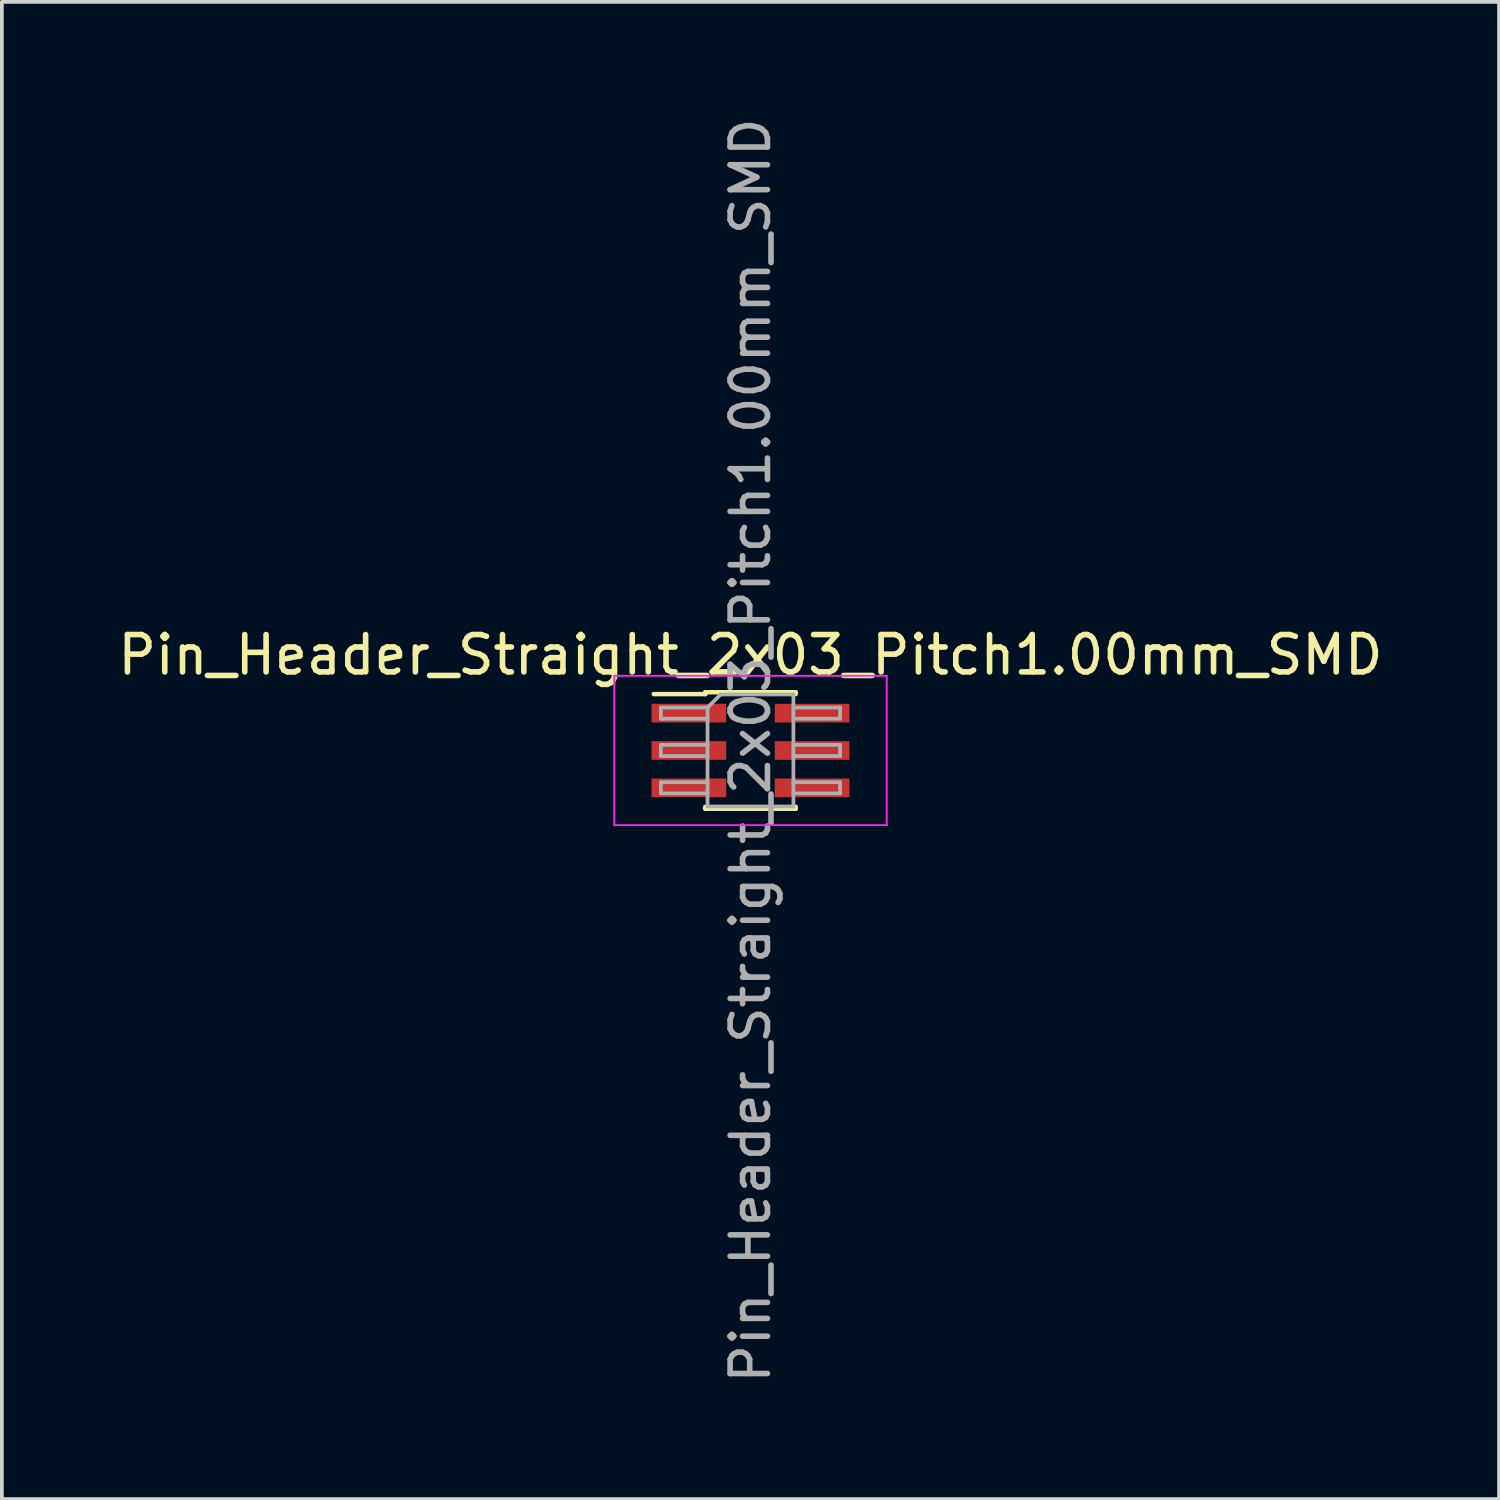
<source format=kicad_pcb>
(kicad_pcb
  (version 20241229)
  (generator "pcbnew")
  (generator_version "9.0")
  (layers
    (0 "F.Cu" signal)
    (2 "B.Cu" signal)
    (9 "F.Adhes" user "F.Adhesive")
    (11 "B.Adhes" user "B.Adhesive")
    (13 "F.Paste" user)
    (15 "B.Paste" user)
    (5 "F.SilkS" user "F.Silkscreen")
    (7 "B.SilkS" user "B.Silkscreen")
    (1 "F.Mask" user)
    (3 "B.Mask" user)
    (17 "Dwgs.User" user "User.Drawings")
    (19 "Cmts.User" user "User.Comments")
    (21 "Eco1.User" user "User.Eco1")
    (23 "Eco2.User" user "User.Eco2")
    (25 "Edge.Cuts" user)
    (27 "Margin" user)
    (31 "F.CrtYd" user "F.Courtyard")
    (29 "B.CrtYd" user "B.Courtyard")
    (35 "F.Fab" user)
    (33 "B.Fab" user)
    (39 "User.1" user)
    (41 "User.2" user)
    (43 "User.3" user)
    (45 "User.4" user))
  (footprint "Pin_Header_Straight_2x03_Pitch1.00mm_SMD"
    (layer "F.Cu")
    (at 17.054 17.054)
    (property "Reference" "Pin_Header_Straight_2x03_Pitch1.00mm_SMD" (at 0 -2.56 0) (layer "F.SilkS") (effects (font (size 1 1) (thickness 0.15))))
    (attr smd)
    (fp_line (start -2.59 -1.51) (end -1.21 -1.51) (stroke (width 0.12) (type solid)) (layer "F.SilkS"))
    (fp_line (start -1.21 -1.56) (end -1.21 -1.51) (stroke (width 0.12) (type solid)) (layer "F.SilkS"))
    (fp_line (start -1.21 -1.56) (end 1.21 -1.56) (stroke (width 0.12) (type solid)) (layer "F.SilkS"))
    (fp_line (start -1.21 1.51) (end -1.21 1.56) (stroke (width 0.12) (type solid)) (layer "F.SilkS"))
    (fp_line (start -1.21 1.56) (end 1.21 1.56) (stroke (width 0.12) (type solid)) (layer "F.SilkS"))
    (fp_line (start 1.21 -1.56) (end 1.21 -1.51) (stroke (width 0.12) (type solid)) (layer "F.SilkS"))
    (fp_line (start 1.21 1.51) (end 1.21 1.56) (stroke (width 0.12) (type solid)) (layer "F.SilkS"))
    (fp_line (start -3.65 -2) (end -3.65 2) (stroke (width 0.05) (type solid)) (layer "F.CrtYd"))
    (fp_line (start -3.65 2) (end 3.65 2) (stroke (width 0.05) (type solid)) (layer "F.CrtYd"))
    (fp_line (start 3.65 -2) (end -3.65 -2) (stroke (width 0.05) (type solid)) (layer "F.CrtYd"))
    (fp_line (start 3.65 2) (end 3.65 -2) (stroke (width 0.05) (type solid)) (layer "F.CrtYd"))
    (fp_line (start -2.4 -1.15) (end -2.4 -0.85) (stroke (width 0.1) (type solid)) (layer "F.Fab"))
    (fp_line (start -2.4 -0.85) (end -1.15 -0.85) (stroke (width 0.1) (type solid)) (layer "F.Fab"))
    (fp_line (start -2.4 -0.15) (end -2.4 0.15) (stroke (width 0.1) (type solid)) (layer "F.Fab"))
    (fp_line (start -2.4 0.15) (end -1.15 0.15) (stroke (width 0.1) (type solid)) (layer "F.Fab"))
    (fp_line (start -2.4 0.85) (end -2.4 1.15) (stroke (width 0.1) (type solid)) (layer "F.Fab"))
    (fp_line (start -2.4 1.15) (end -1.15 1.15) (stroke (width 0.1) (type solid)) (layer "F.Fab"))
    (fp_line (start -1.15 -1.15) (end -2.4 -1.15) (stroke (width 0.1) (type solid)) (layer "F.Fab"))
    (fp_line (start -1.15 -1.15) (end -0.8 -1.5) (stroke (width 0.1) (type solid)) (layer "F.Fab"))
    (fp_line (start -1.15 -0.15) (end -2.4 -0.15) (stroke (width 0.1) (type solid)) (layer "F.Fab"))
    (fp_line (start -1.15 0.85) (end -2.4 0.85) (stroke (width 0.1) (type solid)) (layer "F.Fab"))
    (fp_line (start -1.15 1.5) (end -1.15 -1.15) (stroke (width 0.1) (type solid)) (layer "F.Fab"))
    (fp_line (start -0.8 -1.5) (end 1.15 -1.5) (stroke (width 0.1) (type solid)) (layer "F.Fab"))
    (fp_line (start 1.15 -1.5) (end 1.15 1.5) (stroke (width 0.1) (type solid)) (layer "F.Fab"))
    (fp_line (start 1.15 -1.15) (end 2.4 -1.15) (stroke (width 0.1) (type solid)) (layer "F.Fab"))
    (fp_line (start 1.15 -0.15) (end 2.4 -0.15) (stroke (width 0.1) (type solid)) (layer "F.Fab"))
    (fp_line (start 1.15 0.85) (end 2.4 0.85) (stroke (width 0.1) (type solid)) (layer "F.Fab"))
    (fp_line (start 1.15 1.5) (end -1.15 1.5) (stroke (width 0.1) (type solid)) (layer "F.Fab"))
    (fp_line (start 2.4 -1.15) (end 2.4 -0.85) (stroke (width 0.1) (type solid)) (layer "F.Fab"))
    (fp_line (start 2.4 -0.85) (end 1.15 -0.85) (stroke (width 0.1) (type solid)) (layer "F.Fab"))
    (fp_line (start 2.4 -0.15) (end 2.4 0.15) (stroke (width 0.1) (type solid)) (layer "F.Fab"))
    (fp_line (start 2.4 0.15) (end 1.15 0.15) (stroke (width 0.1) (type solid)) (layer "F.Fab"))
    (fp_line (start 2.4 0.85) (end 2.4 1.15) (stroke (width 0.1) (type solid)) (layer "F.Fab"))
    (fp_line (start 2.4 1.15) (end 1.15 1.15) (stroke (width 0.1) (type solid)) (layer "F.Fab"))
    (fp_text user "${REFERENCE}" (at 0 0 90) (layer "F.Fab") (effects (font (size 1 1) (thickness 0.15))))
    (pad "1" smd rect (at -1.65 -1) (size 2 0.5) (layers "F.Cu" "F.Mask" "F.Paste"))
    (pad "2" smd rect (at 1.65 -1) (size 2 0.5) (layers "F.Cu" "F.Mask" "F.Paste"))
    (pad "3" smd rect (at -1.65 0) (size 2 0.5) (layers "F.Cu" "F.Mask" "F.Paste"))
    (pad "4" smd rect (at 1.65 0) (size 2 0.5) (layers "F.Cu" "F.Mask" "F.Paste"))
    (pad "5" smd rect (at -1.65 1) (size 2 0.5) (layers "F.Cu" "F.Mask" "F.Paste"))
    (pad "6" smd rect (at 1.65 1) (size 2 0.5) (layers "F.Cu" "F.Mask" "F.Paste")))
  (gr_rect
    (start -3 -3)
    (end 37.107 37.107)
    (stroke (width 0.1) (type default))
    (fill no)
    (layer "Edge.Cuts")))
</source>
